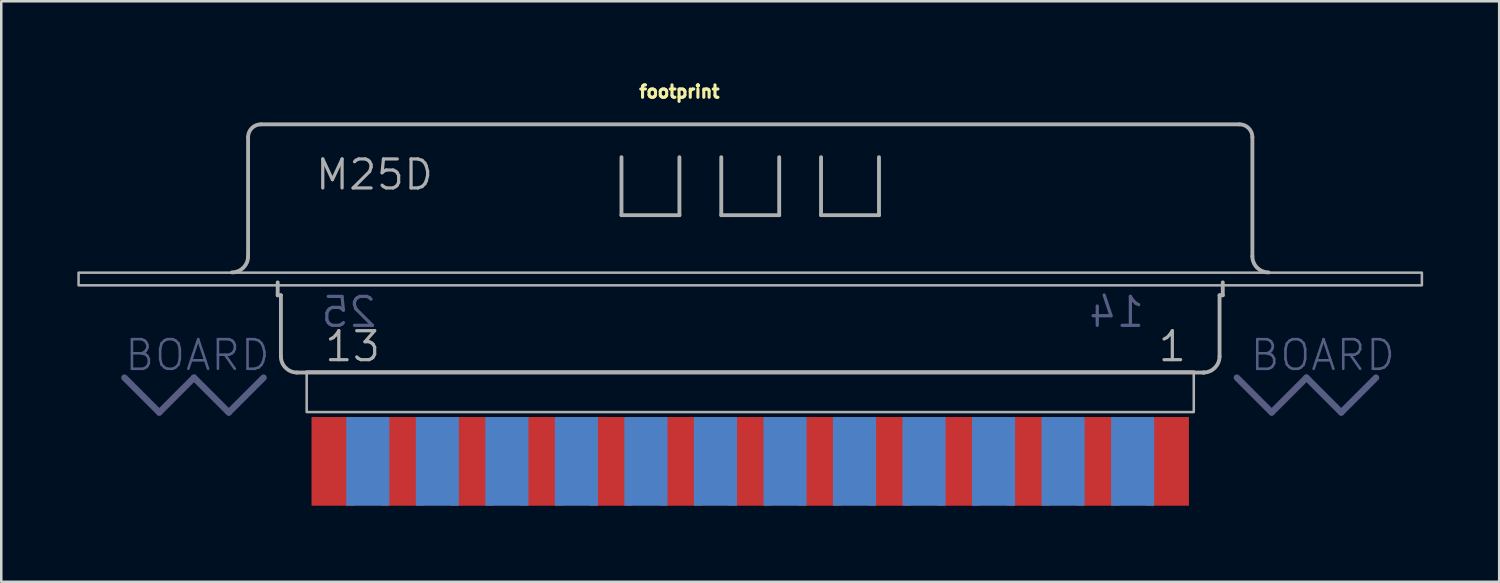
<source format=kicad_pcb>
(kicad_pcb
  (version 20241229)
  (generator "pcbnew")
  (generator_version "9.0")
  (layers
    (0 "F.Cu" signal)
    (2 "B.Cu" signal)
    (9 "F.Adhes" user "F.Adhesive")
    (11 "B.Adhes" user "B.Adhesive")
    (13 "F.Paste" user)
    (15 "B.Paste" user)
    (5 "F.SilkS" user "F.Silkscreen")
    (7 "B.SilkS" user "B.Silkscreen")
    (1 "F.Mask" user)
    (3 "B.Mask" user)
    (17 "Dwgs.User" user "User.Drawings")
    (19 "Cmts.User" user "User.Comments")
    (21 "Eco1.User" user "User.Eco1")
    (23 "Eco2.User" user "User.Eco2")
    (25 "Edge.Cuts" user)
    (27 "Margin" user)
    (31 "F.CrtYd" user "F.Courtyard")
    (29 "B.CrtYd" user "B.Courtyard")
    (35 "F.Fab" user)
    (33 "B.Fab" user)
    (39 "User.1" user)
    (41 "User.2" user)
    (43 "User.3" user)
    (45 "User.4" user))
  (footprint "footprint"
    (layer "F.Cu")
    (at 26.55 9.108)
    (property "Reference" "footprint" (at -4.445 -8.255 0) (layer "F.SilkS") (effects (font (size 0.488 0.488) (thickness 0.122)) (justify left bottom)))
    (fp_line (start -24.689 2.743) (end -23.317 4.115) (stroke (width 0.254) (type solid)) (layer "B.Fab"))
    (fp_line (start -23.317 4.115) (end -21.946 2.743) (stroke (width 0.254) (type solid)) (layer "B.Fab"))
    (fp_line (start -21.946 2.743) (end -20.574 4.115) (stroke (width 0.254) (type solid)) (layer "B.Fab"))
    (fp_line (start -20.574 4.115) (end -19.202 2.743) (stroke (width 0.254) (type solid)) (layer "B.Fab"))
    (fp_line (start 19.202 2.743) (end 20.574 4.115) (stroke (width 0.254) (type solid)) (layer "B.Fab"))
    (fp_line (start 20.574 4.115) (end 21.946 2.743) (stroke (width 0.254) (type solid)) (layer "B.Fab"))
    (fp_line (start 21.946 2.743) (end 23.317 4.115) (stroke (width 0.254) (type solid)) (layer "B.Fab"))
    (fp_line (start 23.317 4.115) (end 24.689 2.743) (stroke (width 0.254) (type solid)) (layer "B.Fab"))
    (fp_line (start -19.812 -2.046) (end -19.812 -6.745) (stroke (width 0.152) (type solid)) (layer "F.Fab"))
    (fp_line (start -19.304 -7.253) (end 19.304 -7.253) (stroke (width 0.152) (type solid)) (layer "F.Fab"))
    (fp_line (start -18.644 -0.508) (end -18.644 -1.016) (stroke (width 0.152) (type solid)) (layer "F.Fab"))
    (fp_line (start -18.644 -0.508) (end -18.517 -0.508) (stroke (width 0.152) (type solid)) (layer "F.Fab"))
    (fp_line (start -18.517 1.905) (end -18.517 -0.508) (stroke (width 0.152) (type solid)) (layer "F.Fab"))
    (fp_line (start -17.901 2.54) (end 17.882 2.54) (stroke (width 0.152) (type solid)) (layer "F.Fab"))
    (fp_line (start -5.08 -3.669) (end -5.08 -5.955) (stroke (width 0.152) (type solid)) (layer "F.Fab"))
    (fp_line (start -2.794 -5.955) (end -2.794 -3.669) (stroke (width 0.152) (type solid)) (layer "F.Fab"))
    (fp_line (start -2.794 -3.669) (end -5.08 -3.669) (stroke (width 0.152) (type solid)) (layer "F.Fab"))
    (fp_line (start -1.143 -3.669) (end -1.143 -5.955) (stroke (width 0.152) (type solid)) (layer "F.Fab"))
    (fp_line (start 1.143 -5.955) (end 1.143 -3.669) (stroke (width 0.152) (type solid)) (layer "F.Fab"))
    (fp_line (start 1.143 -3.669) (end -1.143 -3.669) (stroke (width 0.152) (type solid)) (layer "F.Fab"))
    (fp_line (start 2.794 -3.669) (end 2.794 -5.955) (stroke (width 0.152) (type solid)) (layer "F.Fab"))
    (fp_line (start 5.08 -5.955) (end 5.08 -3.669) (stroke (width 0.152) (type solid)) (layer "F.Fab"))
    (fp_line (start 5.08 -3.669) (end 2.794 -3.669) (stroke (width 0.152) (type solid)) (layer "F.Fab"))
    (fp_line (start 17.882 2.54) (end 17.901 2.54) (stroke (width 0.152) (type solid)) (layer "F.Fab"))
    (fp_line (start 18.517 -0.508) (end 18.644 -0.508) (stroke (width 0.152) (type solid)) (layer "F.Fab"))
    (fp_line (start 18.517 1.905) (end 18.517 -0.508) (stroke (width 0.152) (type solid)) (layer "F.Fab"))
    (fp_line (start 18.644 -0.508) (end 18.644 -1.016) (stroke (width 0.152) (type solid)) (layer "F.Fab"))
    (fp_line (start 19.812 -2.046) (end 19.812 -6.745) (stroke (width 0.152) (type solid)) (layer "F.Fab"))
    (fp_arc (start -19.812 -6.745) (mid -19.66321 -7.10421) (end -19.304 -7.253) (stroke (width 0.1524) (type solid)) (layer "F.Fab"))
    (fp_arc (start -19.812 -2.046) (mid -19.997987 -1.596987) (end -20.447 -1.411) (stroke (width 0.1524) (type solid)) (layer "F.Fab"))
    (fp_arc (start -17.8816 2.54) (mid -18.330613 2.354013) (end -18.5166 1.905) (stroke (width 0.1524) (type solid)) (layer "F.Fab"))
    (fp_arc (start 18.5166 1.905) (mid 18.330613 2.354013) (end 17.8816 2.54) (stroke (width 0.1524) (type solid)) (layer "F.Fab"))
    (fp_arc (start 19.304 -7.253) (mid 19.66321 -7.10421) (end 19.812 -6.745) (stroke (width 0.1524) (type solid)) (layer "F.Fab"))
    (fp_arc (start 20.447 -1.411) (mid 19.997987 -1.596987) (end 19.812 -2.046) (stroke (width 0.1524) (type solid)) (layer "F.Fab"))
    (fp_poly (pts (xy -26.5 -0.9) (xy 26.5 -0.9) (xy 26.5 -1.4) (xy -26.5 -1.4)) (stroke (width 0.1) (type solid)) (fill no) (layer "F.Fab"))
    (fp_poly (pts (xy -17.5 4.1) (xy 17.5 4.1) (xy 17.5 2.5) (xy -17.5 2.5)) (stroke (width 0.1) (type solid)) (fill no) (layer "F.Fab"))
    (fp_text user "BOARD " (at -24.74 2.54 0) (layer "B.Fab") (effects (font (size 1.168 1.168) (thickness 0.102)) (justify left bottom)))
    (fp_text user "BOARD" (at 19.66 2.54 0) (layer "B.Fab") (effects (font (size 1.168 1.168) (thickness 0.102)) (justify left bottom)))
    (fp_text user "14" (at 15.626 0.825 0) (layer "B.Fab") (effects (font (size 1.143 1.143) (thickness 0.127)) (justify left bottom mirror)))
    (fp_text user "25" (at -14.661 0.825 0) (layer "B.Fab") (effects (font (size 1.143 1.143) (thickness 0.127)) (justify left bottom mirror)))
    (fp_text user "M25D" (at -17.221 -4.597 0) (layer "F.Fab") (effects (font (size 1.143 1.143) (thickness 0.127)) (justify left bottom)))
    (fp_text user "13" (at -16.861 2.179 0) (layer "F.Fab") (effects (font (size 1.143 1.143) (thickness 0.127)) (justify left bottom)))
    (fp_text user "1" (at 16.026 2.179 0) (layer "F.Fab") (effects (font (size 1.143 1.143) (thickness 0.127)) (justify left bottom)))
    (pad "1" smd rect (at 16.459 6.045) (size 1.7 3.5) (layers "F.Cu" "F.Mask"))
    (pad "2" smd rect (at 13.716 6.045) (size 1.7 3.5) (layers "F.Cu" "F.Mask"))
    (pad "3" smd rect (at 10.973 6.045) (size 1.7 3.5) (layers "F.Cu" "F.Mask"))
    (pad "4" smd rect (at 8.23 6.045) (size 1.7 3.5) (layers "F.Cu" "F.Mask"))
    (pad "5" smd rect (at 5.486 6.045) (size 1.7 3.5) (layers "F.Cu" "F.Mask"))
    (pad "6" smd rect (at 2.743 6.045) (size 1.7 3.5) (layers "F.Cu" "F.Mask"))
    (pad "7" smd rect (at 0 6.045) (size 1.7 3.5) (layers "F.Cu" "F.Mask"))
    (pad "8" smd rect (at -2.743 6.045) (size 1.7 3.5) (layers "F.Cu" "F.Mask"))
    (pad "9" smd rect (at -5.486 6.045) (size 1.7 3.5) (layers "F.Cu" "F.Mask"))
    (pad "10" smd rect (at -8.23 6.045) (size 1.7 3.5) (layers "F.Cu" "F.Mask"))
    (pad "11" smd rect (at -10.973 6.045) (size 1.7 3.5) (layers "F.Cu" "F.Mask"))
    (pad "12" smd rect (at -13.716 6.045) (size 1.7 3.5) (layers "F.Cu" "F.Mask"))
    (pad "13" smd rect (at -16.459 6.045) (size 1.7 3.5) (layers "F.Cu" "F.Mask"))
    (pad "14" smd rect (at 15.088 6.045) (size 1.7 3.5) (layers "B.Cu" "B.Mask"))
    (pad "15" smd rect (at 12.344 6.045) (size 1.7 3.5) (layers "B.Cu" "B.Mask"))
    (pad "16" smd rect (at 9.601 6.045) (size 1.7 3.5) (layers "B.Cu" "B.Mask"))
    (pad "17" smd rect (at 6.858 6.045) (size 1.7 3.5) (layers "B.Cu" "B.Mask"))
    (pad "18" smd rect (at 4.115 6.045) (size 1.7 3.5) (layers "B.Cu" "B.Mask"))
    (pad "19" smd rect (at 1.372 6.045) (size 1.7 3.5) (layers "B.Cu" "B.Mask"))
    (pad "20" smd rect (at -1.372 6.045) (size 1.7 3.5) (layers "B.Cu" "B.Mask"))
    (pad "21" smd rect (at -4.115 6.045) (size 1.7 3.5) (layers "B.Cu" "B.Mask"))
    (pad "22" smd rect (at -6.858 6.045) (size 1.7 3.5) (layers "B.Cu" "B.Mask"))
    (pad "23" smd rect (at -9.601 6.045) (size 1.7 3.5) (layers "B.Cu" "B.Mask"))
    (pad "24" smd rect (at -12.344 6.045) (size 1.7 3.5) (layers "B.Cu" "B.Mask"))
    (pad "25" smd rect (at -15.088 6.045) (size 1.7 3.5) (layers "B.Cu" "B.Mask")))
  (gr_rect
    (start -3 -3)
    (end 56.1 19.904)
    (stroke (width 0.1) (type default))
    (fill no)
    (layer "Edge.Cuts")))
</source>
